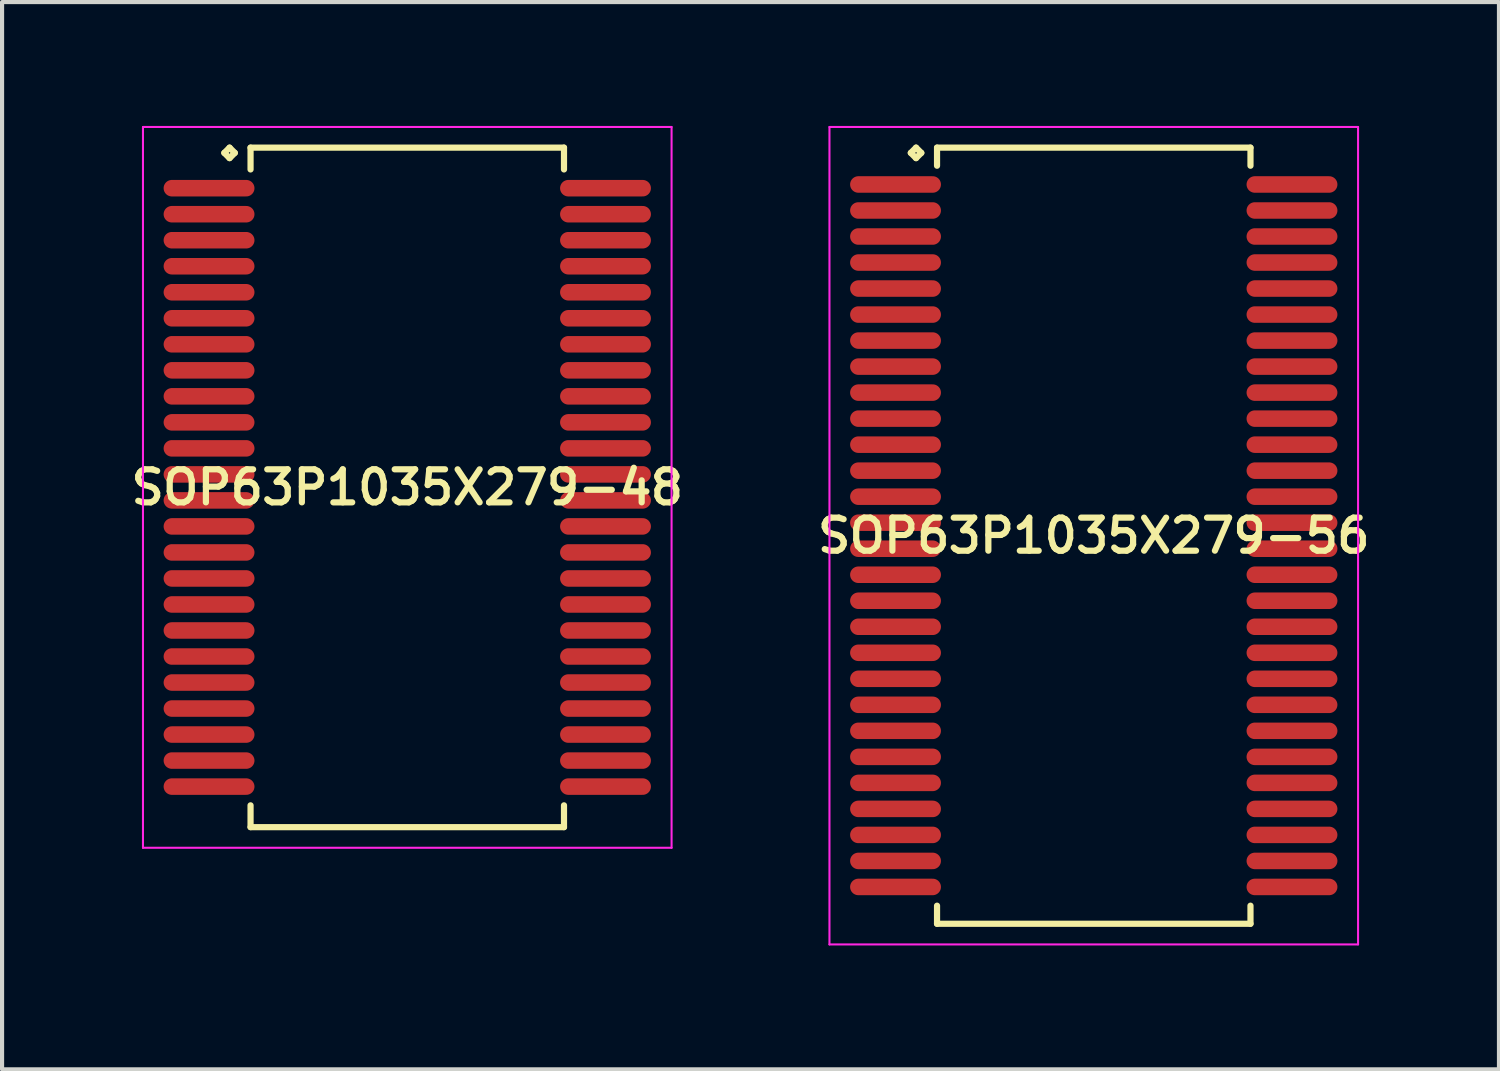
<source format=kicad_pcb>
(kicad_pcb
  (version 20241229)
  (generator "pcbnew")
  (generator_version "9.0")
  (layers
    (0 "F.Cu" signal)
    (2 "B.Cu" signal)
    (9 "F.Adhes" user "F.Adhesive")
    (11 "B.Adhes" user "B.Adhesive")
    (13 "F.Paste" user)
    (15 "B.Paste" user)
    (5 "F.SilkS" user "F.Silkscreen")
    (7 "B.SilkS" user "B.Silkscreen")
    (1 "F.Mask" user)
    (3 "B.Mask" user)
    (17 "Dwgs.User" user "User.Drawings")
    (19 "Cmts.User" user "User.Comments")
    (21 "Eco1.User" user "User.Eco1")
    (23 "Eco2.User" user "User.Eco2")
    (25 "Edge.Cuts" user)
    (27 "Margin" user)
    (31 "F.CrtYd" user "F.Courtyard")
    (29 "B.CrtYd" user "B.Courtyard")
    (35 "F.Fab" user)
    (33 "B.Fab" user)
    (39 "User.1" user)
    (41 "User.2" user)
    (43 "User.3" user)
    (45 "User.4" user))
  (footprint "SOP63P1035X279-56"
    (layer "F.Cu")
    (at 23.435 9.922)
    (property "Reference" "SOP63P1035X279-56" (at 0 0 0) (layer "F.SilkS") (effects (font (size 0.8 0.8) (thickness 0.15))))
    (attr smd)
    (fp_line (start -4.43 -9.27) (end -4.303 -9.397) (stroke (width 0.15) (type solid)) (layer "F.SilkS"))
    (fp_line (start -4.303 -9.397) (end -4.176 -9.27) (stroke (width 0.15) (type solid)) (layer "F.SilkS"))
    (fp_line (start -4.303 -9.143) (end -4.43 -9.27) (stroke (width 0.15) (type solid)) (layer "F.SilkS"))
    (fp_line (start -4.176 -9.27) (end -4.303 -9.143) (stroke (width 0.15) (type solid)) (layer "F.SilkS"))
    (fp_line (start -3.795 -9.397) (end 3.795 -9.397) (stroke (width 0.15) (type solid)) (layer "F.SilkS"))
    (fp_line (start -3.795 -8.959) (end -3.795 -9.397) (stroke (width 0.15) (type solid)) (layer "F.SilkS"))
    (fp_line (start -3.795 8.959) (end -3.795 9.397) (stroke (width 0.15) (type solid)) (layer "F.SilkS"))
    (fp_line (start -3.795 9.397) (end 3.795 9.397) (stroke (width 0.15) (type solid)) (layer "F.SilkS"))
    (fp_line (start 3.795 -9.397) (end 3.795 -8.959) (stroke (width 0.15) (type solid)) (layer "F.SilkS"))
    (fp_line (start 3.795 9.397) (end 3.795 8.959) (stroke (width 0.15) (type solid)) (layer "F.SilkS"))
    (fp_line (start -6.4 -9.897) (end 6.4 -9.897) (stroke (width 0.05) (type solid)) (layer "F.CrtYd"))
    (fp_line (start -6.4 9.897) (end -6.4 -9.897) (stroke (width 0.05) (type solid)) (layer "F.CrtYd"))
    (fp_line (start 6.4 -9.897) (end 6.4 9.897) (stroke (width 0.05) (type solid)) (layer "F.CrtYd"))
    (fp_line (start 6.4 9.897) (end -6.4 9.897) (stroke (width 0.05) (type solid)) (layer "F.CrtYd"))
    (pad "1" smd oval (at -4.8 -8.505) (size 2.2 0.4) (layers "F.Cu" "F.Mask" "F.Paste"))
    (pad "2" smd oval (at -4.8 -7.875) (size 2.2 0.4) (layers "F.Cu" "F.Mask" "F.Paste"))
    (pad "3" smd oval (at -4.8 -7.245) (size 2.2 0.4) (layers "F.Cu" "F.Mask" "F.Paste"))
    (pad "4" smd oval (at -4.8 -6.615) (size 2.2 0.4) (layers "F.Cu" "F.Mask" "F.Paste"))
    (pad "5" smd oval (at -4.8 -5.985) (size 2.2 0.4) (layers "F.Cu" "F.Mask" "F.Paste"))
    (pad "6" smd oval (at -4.8 -5.355) (size 2.2 0.4) (layers "F.Cu" "F.Mask" "F.Paste"))
    (pad "7" smd oval (at -4.8 -4.725) (size 2.2 0.4) (layers "F.Cu" "F.Mask" "F.Paste"))
    (pad "8" smd oval (at -4.8 -4.095) (size 2.2 0.4) (layers "F.Cu" "F.Mask" "F.Paste"))
    (pad "9" smd oval (at -4.8 -3.465) (size 2.2 0.4) (layers "F.Cu" "F.Mask" "F.Paste"))
    (pad "10" smd oval (at -4.8 -2.835) (size 2.2 0.4) (layers "F.Cu" "F.Mask" "F.Paste"))
    (pad "11" smd oval (at -4.8 -2.205) (size 2.2 0.4) (layers "F.Cu" "F.Mask" "F.Paste"))
    (pad "12" smd oval (at -4.8 -1.575) (size 2.2 0.4) (layers "F.Cu" "F.Mask" "F.Paste"))
    (pad "13" smd oval (at -4.8 -0.945) (size 2.2 0.4) (layers "F.Cu" "F.Mask" "F.Paste"))
    (pad "14" smd oval (at -4.8 -0.315) (size 2.2 0.4) (layers "F.Cu" "F.Mask" "F.Paste"))
    (pad "15" smd oval (at -4.8 0.315) (size 2.2 0.4) (layers "F.Cu" "F.Mask" "F.Paste"))
    (pad "16" smd oval (at -4.8 0.945) (size 2.2 0.4) (layers "F.Cu" "F.Mask" "F.Paste"))
    (pad "17" smd oval (at -4.8 1.575) (size 2.2 0.4) (layers "F.Cu" "F.Mask" "F.Paste"))
    (pad "18" smd oval (at -4.8 2.205) (size 2.2 0.4) (layers "F.Cu" "F.Mask" "F.Paste"))
    (pad "19" smd oval (at -4.8 2.835) (size 2.2 0.4) (layers "F.Cu" "F.Mask" "F.Paste"))
    (pad "20" smd oval (at -4.8 3.465) (size 2.2 0.4) (layers "F.Cu" "F.Mask" "F.Paste"))
    (pad "21" smd oval (at -4.8 4.095) (size 2.2 0.4) (layers "F.Cu" "F.Mask" "F.Paste"))
    (pad "22" smd oval (at -4.8 4.725) (size 2.2 0.4) (layers "F.Cu" "F.Mask" "F.Paste"))
    (pad "23" smd oval (at -4.8 5.355) (size 2.2 0.4) (layers "F.Cu" "F.Mask" "F.Paste"))
    (pad "24" smd oval (at -4.8 5.985) (size 2.2 0.4) (layers "F.Cu" "F.Mask" "F.Paste"))
    (pad "25" smd oval (at -4.8 6.615) (size 2.2 0.4) (layers "F.Cu" "F.Mask" "F.Paste"))
    (pad "26" smd oval (at -4.8 7.245) (size 2.2 0.4) (layers "F.Cu" "F.Mask" "F.Paste"))
    (pad "27" smd oval (at -4.8 7.875) (size 2.2 0.4) (layers "F.Cu" "F.Mask" "F.Paste"))
    (pad "28" smd oval (at -4.8 8.505) (size 2.2 0.4) (layers "F.Cu" "F.Mask" "F.Paste"))
    (pad "29" smd oval (at 4.8 8.505) (size 2.2 0.4) (layers "F.Cu" "F.Mask" "F.Paste"))
    (pad "30" smd oval (at 4.8 7.875) (size 2.2 0.4) (layers "F.Cu" "F.Mask" "F.Paste"))
    (pad "31" smd oval (at 4.8 7.245) (size 2.2 0.4) (layers "F.Cu" "F.Mask" "F.Paste"))
    (pad "32" smd oval (at 4.8 6.615) (size 2.2 0.4) (layers "F.Cu" "F.Mask" "F.Paste"))
    (pad "33" smd oval (at 4.8 5.985) (size 2.2 0.4) (layers "F.Cu" "F.Mask" "F.Paste"))
    (pad "34" smd oval (at 4.8 5.355) (size 2.2 0.4) (layers "F.Cu" "F.Mask" "F.Paste"))
    (pad "35" smd oval (at 4.8 4.725) (size 2.2 0.4) (layers "F.Cu" "F.Mask" "F.Paste"))
    (pad "36" smd oval (at 4.8 4.095) (size 2.2 0.4) (layers "F.Cu" "F.Mask" "F.Paste"))
    (pad "37" smd oval (at 4.8 3.465) (size 2.2 0.4) (layers "F.Cu" "F.Mask" "F.Paste"))
    (pad "38" smd oval (at 4.8 2.835) (size 2.2 0.4) (layers "F.Cu" "F.Mask" "F.Paste"))
    (pad "39" smd oval (at 4.8 2.205) (size 2.2 0.4) (layers "F.Cu" "F.Mask" "F.Paste"))
    (pad "40" smd oval (at 4.8 1.575) (size 2.2 0.4) (layers "F.Cu" "F.Mask" "F.Paste"))
    (pad "41" smd oval (at 4.8 0.945) (size 2.2 0.4) (layers "F.Cu" "F.Mask" "F.Paste"))
    (pad "42" smd oval (at 4.8 0.315) (size 2.2 0.4) (layers "F.Cu" "F.Mask" "F.Paste"))
    (pad "43" smd oval (at 4.8 -0.315) (size 2.2 0.4) (layers "F.Cu" "F.Mask" "F.Paste"))
    (pad "44" smd oval (at 4.8 -0.945) (size 2.2 0.4) (layers "F.Cu" "F.Mask" "F.Paste"))
    (pad "45" smd oval (at 4.8 -1.575) (size 2.2 0.4) (layers "F.Cu" "F.Mask" "F.Paste"))
    (pad "46" smd oval (at 4.8 -2.205) (size 2.2 0.4) (layers "F.Cu" "F.Mask" "F.Paste"))
    (pad "47" smd oval (at 4.8 -2.835) (size 2.2 0.4) (layers "F.Cu" "F.Mask" "F.Paste"))
    (pad "48" smd oval (at 4.8 -3.465) (size 2.2 0.4) (layers "F.Cu" "F.Mask" "F.Paste"))
    (pad "49" smd oval (at 4.8 -4.095) (size 2.2 0.4) (layers "F.Cu" "F.Mask" "F.Paste"))
    (pad "50" smd oval (at 4.8 -4.725) (size 2.2 0.4) (layers "F.Cu" "F.Mask" "F.Paste"))
    (pad "51" smd oval (at 4.8 -5.355) (size 2.2 0.4) (layers "F.Cu" "F.Mask" "F.Paste"))
    (pad "52" smd oval (at 4.8 -5.985) (size 2.2 0.4) (layers "F.Cu" "F.Mask" "F.Paste"))
    (pad "53" smd oval (at 4.8 -6.615) (size 2.2 0.4) (layers "F.Cu" "F.Mask" "F.Paste"))
    (pad "54" smd oval (at 4.8 -7.245) (size 2.2 0.4) (layers "F.Cu" "F.Mask" "F.Paste"))
    (pad "55" smd oval (at 4.8 -7.875) (size 2.2 0.4) (layers "F.Cu" "F.Mask" "F.Paste"))
    (pad "56" smd oval (at 4.8 -8.505) (size 2.2 0.4) (layers "F.Cu" "F.Mask" "F.Paste")))
  (footprint "SOP63P1035X279-48"
    (layer "F.Cu")
    (at 6.812 8.752)
    (property "Reference" "SOP63P1035X279-48" (at 0 0 0) (layer "F.SilkS") (effects (font (size 0.8 0.8) (thickness 0.15))))
    (attr smd)
    (fp_line (start -4.43 -8.1) (end -4.303 -8.227) (stroke (width 0.15) (type solid)) (layer "F.SilkS"))
    (fp_line (start -4.303 -8.227) (end -4.176 -8.1) (stroke (width 0.15) (type solid)) (layer "F.SilkS"))
    (fp_line (start -4.303 -7.973) (end -4.43 -8.1) (stroke (width 0.15) (type solid)) (layer "F.SilkS"))
    (fp_line (start -4.176 -8.1) (end -4.303 -7.973) (stroke (width 0.15) (type solid)) (layer "F.SilkS"))
    (fp_line (start -3.795 -8.227) (end 3.795 -8.227) (stroke (width 0.15) (type solid)) (layer "F.SilkS"))
    (fp_line (start -3.795 -7.699) (end -3.795 -8.227) (stroke (width 0.15) (type solid)) (layer "F.SilkS"))
    (fp_line (start -3.795 7.699) (end -3.795 8.227) (stroke (width 0.15) (type solid)) (layer "F.SilkS"))
    (fp_line (start -3.795 8.227) (end 3.795 8.227) (stroke (width 0.15) (type solid)) (layer "F.SilkS"))
    (fp_line (start 3.795 -8.227) (end 3.795 -7.699) (stroke (width 0.15) (type solid)) (layer "F.SilkS"))
    (fp_line (start 3.795 8.227) (end 3.795 7.699) (stroke (width 0.15) (type solid)) (layer "F.SilkS"))
    (fp_line (start -6.4 -8.727) (end 6.4 -8.727) (stroke (width 0.05) (type solid)) (layer "F.CrtYd"))
    (fp_line (start -6.4 8.727) (end -6.4 -8.727) (stroke (width 0.05) (type solid)) (layer "F.CrtYd"))
    (fp_line (start 6.4 -8.727) (end 6.4 8.727) (stroke (width 0.05) (type solid)) (layer "F.CrtYd"))
    (fp_line (start 6.4 8.727) (end -6.4 8.727) (stroke (width 0.05) (type solid)) (layer "F.CrtYd"))
    (pad "1" smd oval (at -4.8 -7.245) (size 2.2 0.4) (layers "F.Cu" "F.Mask" "F.Paste"))
    (pad "2" smd oval (at -4.8 -6.615) (size 2.2 0.4) (layers "F.Cu" "F.Mask" "F.Paste"))
    (pad "3" smd oval (at -4.8 -5.985) (size 2.2 0.4) (layers "F.Cu" "F.Mask" "F.Paste"))
    (pad "4" smd oval (at -4.8 -5.355) (size 2.2 0.4) (layers "F.Cu" "F.Mask" "F.Paste"))
    (pad "5" smd oval (at -4.8 -4.725) (size 2.2 0.4) (layers "F.Cu" "F.Mask" "F.Paste"))
    (pad "6" smd oval (at -4.8 -4.095) (size 2.2 0.4) (layers "F.Cu" "F.Mask" "F.Paste"))
    (pad "7" smd oval (at -4.8 -3.465) (size 2.2 0.4) (layers "F.Cu" "F.Mask" "F.Paste"))
    (pad "8" smd oval (at -4.8 -2.835) (size 2.2 0.4) (layers "F.Cu" "F.Mask" "F.Paste"))
    (pad "9" smd oval (at -4.8 -2.205) (size 2.2 0.4) (layers "F.Cu" "F.Mask" "F.Paste"))
    (pad "10" smd oval (at -4.8 -1.575) (size 2.2 0.4) (layers "F.Cu" "F.Mask" "F.Paste"))
    (pad "11" smd oval (at -4.8 -0.945) (size 2.2 0.4) (layers "F.Cu" "F.Mask" "F.Paste"))
    (pad "12" smd oval (at -4.8 -0.315) (size 2.2 0.4) (layers "F.Cu" "F.Mask" "F.Paste"))
    (pad "13" smd oval (at -4.8 0.315) (size 2.2 0.4) (layers "F.Cu" "F.Mask" "F.Paste"))
    (pad "14" smd oval (at -4.8 0.945) (size 2.2 0.4) (layers "F.Cu" "F.Mask" "F.Paste"))
    (pad "15" smd oval (at -4.8 1.575) (size 2.2 0.4) (layers "F.Cu" "F.Mask" "F.Paste"))
    (pad "16" smd oval (at -4.8 2.205) (size 2.2 0.4) (layers "F.Cu" "F.Mask" "F.Paste"))
    (pad "17" smd oval (at -4.8 2.835) (size 2.2 0.4) (layers "F.Cu" "F.Mask" "F.Paste"))
    (pad "18" smd oval (at -4.8 3.465) (size 2.2 0.4) (layers "F.Cu" "F.Mask" "F.Paste"))
    (pad "19" smd oval (at -4.8 4.095) (size 2.2 0.4) (layers "F.Cu" "F.Mask" "F.Paste"))
    (pad "20" smd oval (at -4.8 4.725) (size 2.2 0.4) (layers "F.Cu" "F.Mask" "F.Paste"))
    (pad "21" smd oval (at -4.8 5.355) (size 2.2 0.4) (layers "F.Cu" "F.Mask" "F.Paste"))
    (pad "22" smd oval (at -4.8 5.985) (size 2.2 0.4) (layers "F.Cu" "F.Mask" "F.Paste"))
    (pad "23" smd oval (at -4.8 6.615) (size 2.2 0.4) (layers "F.Cu" "F.Mask" "F.Paste"))
    (pad "24" smd oval (at -4.8 7.245) (size 2.2 0.4) (layers "F.Cu" "F.Mask" "F.Paste"))
    (pad "25" smd oval (at 4.8 7.245) (size 2.2 0.4) (layers "F.Cu" "F.Mask" "F.Paste"))
    (pad "26" smd oval (at 4.8 6.615) (size 2.2 0.4) (layers "F.Cu" "F.Mask" "F.Paste"))
    (pad "27" smd oval (at 4.8 5.985) (size 2.2 0.4) (layers "F.Cu" "F.Mask" "F.Paste"))
    (pad "28" smd oval (at 4.8 5.355) (size 2.2 0.4) (layers "F.Cu" "F.Mask" "F.Paste"))
    (pad "29" smd oval (at 4.8 4.725) (size 2.2 0.4) (layers "F.Cu" "F.Mask" "F.Paste"))
    (pad "30" smd oval (at 4.8 4.095) (size 2.2 0.4) (layers "F.Cu" "F.Mask" "F.Paste"))
    (pad "31" smd oval (at 4.8 3.465) (size 2.2 0.4) (layers "F.Cu" "F.Mask" "F.Paste"))
    (pad "32" smd oval (at 4.8 2.835) (size 2.2 0.4) (layers "F.Cu" "F.Mask" "F.Paste"))
    (pad "33" smd oval (at 4.8 2.205) (size 2.2 0.4) (layers "F.Cu" "F.Mask" "F.Paste"))
    (pad "34" smd oval (at 4.8 1.575) (size 2.2 0.4) (layers "F.Cu" "F.Mask" "F.Paste"))
    (pad "35" smd oval (at 4.8 0.945) (size 2.2 0.4) (layers "F.Cu" "F.Mask" "F.Paste"))
    (pad "36" smd oval (at 4.8 0.315) (size 2.2 0.4) (layers "F.Cu" "F.Mask" "F.Paste"))
    (pad "37" smd oval (at 4.8 -0.315) (size 2.2 0.4) (layers "F.Cu" "F.Mask" "F.Paste"))
    (pad "38" smd oval (at 4.8 -0.945) (size 2.2 0.4) (layers "F.Cu" "F.Mask" "F.Paste"))
    (pad "39" smd oval (at 4.8 -1.575) (size 2.2 0.4) (layers "F.Cu" "F.Mask" "F.Paste"))
    (pad "40" smd oval (at 4.8 -2.205) (size 2.2 0.4) (layers "F.Cu" "F.Mask" "F.Paste"))
    (pad "41" smd oval (at 4.8 -2.835) (size 2.2 0.4) (layers "F.Cu" "F.Mask" "F.Paste"))
    (pad "42" smd oval (at 4.8 -3.465) (size 2.2 0.4) (layers "F.Cu" "F.Mask" "F.Paste"))
    (pad "43" smd oval (at 4.8 -4.095) (size 2.2 0.4) (layers "F.Cu" "F.Mask" "F.Paste"))
    (pad "44" smd oval (at 4.8 -4.725) (size 2.2 0.4) (layers "F.Cu" "F.Mask" "F.Paste"))
    (pad "45" smd oval (at 4.8 -5.355) (size 2.2 0.4) (layers "F.Cu" "F.Mask" "F.Paste"))
    (pad "46" smd oval (at 4.8 -5.985) (size 2.2 0.4) (layers "F.Cu" "F.Mask" "F.Paste"))
    (pad "47" smd oval (at 4.8 -6.615) (size 2.2 0.4) (layers "F.Cu" "F.Mask" "F.Paste"))
    (pad "48" smd oval (at 4.8 -7.245) (size 2.2 0.4) (layers "F.Cu" "F.Mask" "F.Paste")))
  (gr_rect
    (start -3 -3)
    (end 33.247 22.844)
    (stroke (width 0.1) (type default))
    (fill no)
    (layer "Edge.Cuts")))
</source>
